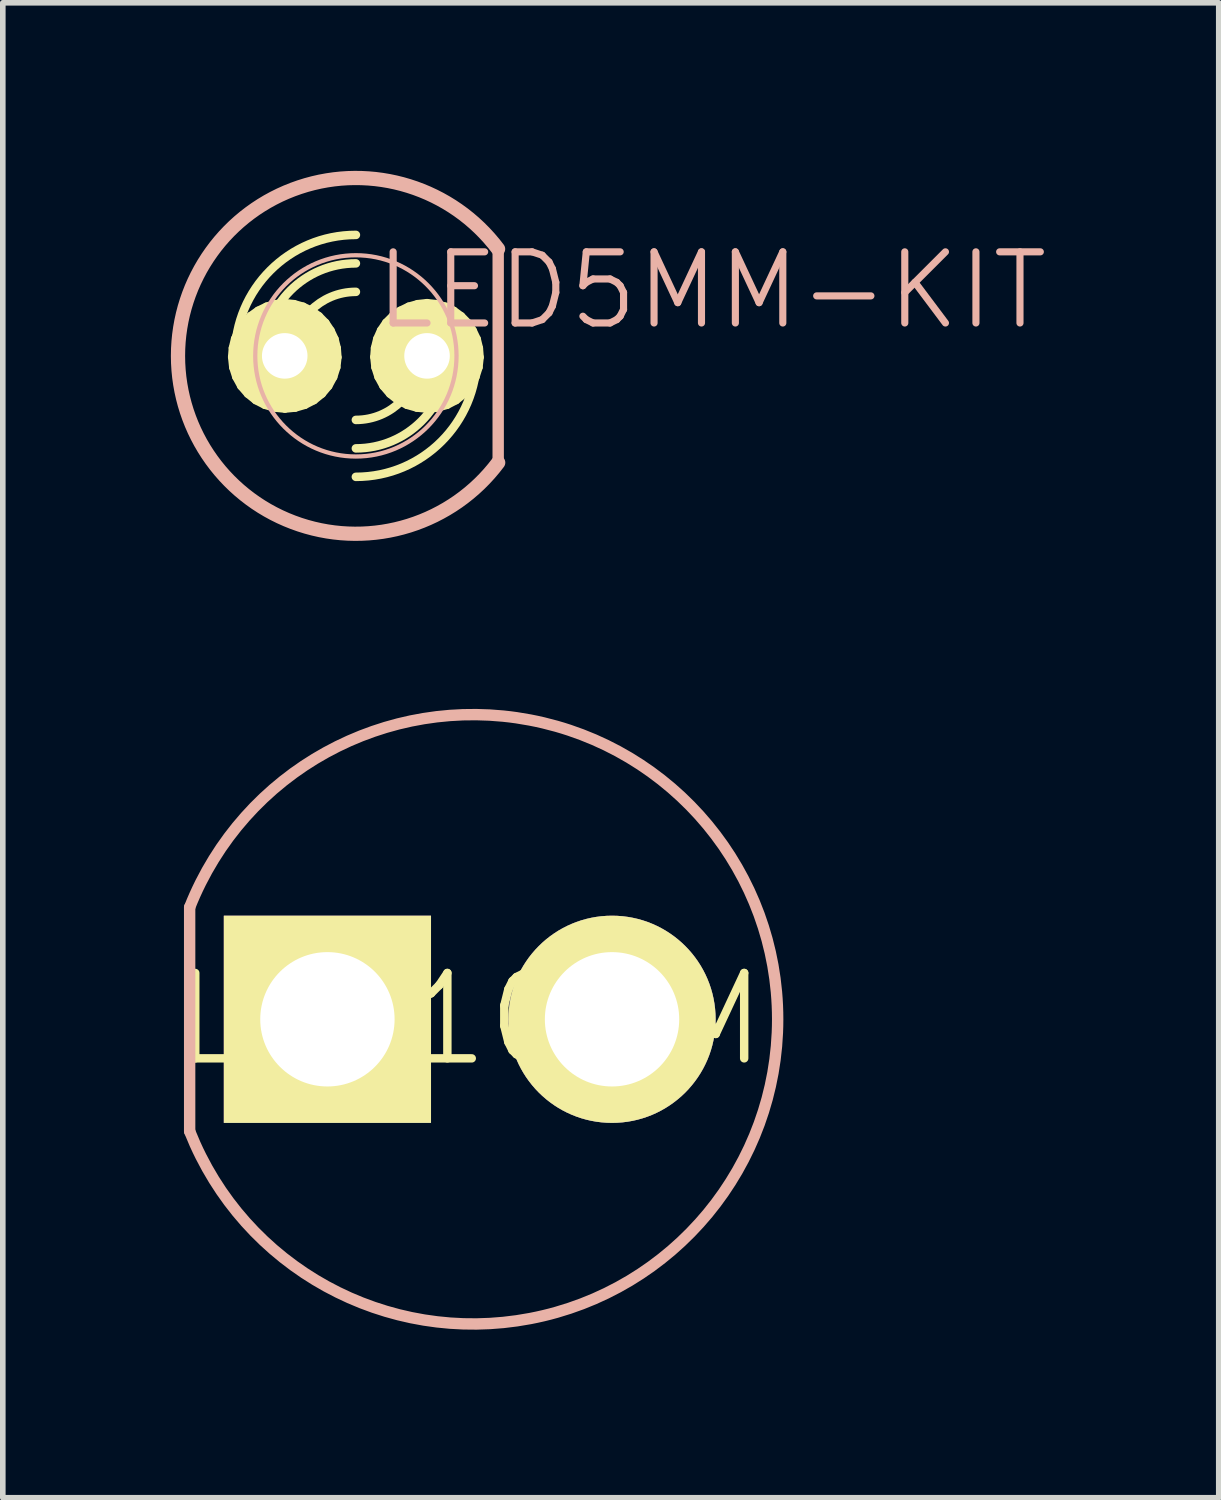
<source format=kicad_pcb>
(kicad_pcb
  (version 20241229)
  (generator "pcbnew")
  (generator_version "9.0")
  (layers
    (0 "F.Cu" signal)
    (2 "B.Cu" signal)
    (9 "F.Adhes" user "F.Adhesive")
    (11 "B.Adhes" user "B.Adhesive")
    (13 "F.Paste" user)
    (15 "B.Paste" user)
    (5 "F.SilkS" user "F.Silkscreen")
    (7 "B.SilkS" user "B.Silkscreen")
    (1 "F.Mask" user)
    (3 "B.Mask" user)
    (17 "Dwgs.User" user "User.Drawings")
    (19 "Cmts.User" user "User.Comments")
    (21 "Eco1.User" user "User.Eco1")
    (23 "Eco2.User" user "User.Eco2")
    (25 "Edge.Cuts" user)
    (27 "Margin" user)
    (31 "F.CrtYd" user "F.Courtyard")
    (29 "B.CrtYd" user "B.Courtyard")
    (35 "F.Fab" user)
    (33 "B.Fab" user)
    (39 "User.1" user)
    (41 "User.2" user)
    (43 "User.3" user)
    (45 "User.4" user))
  (footprint "LED10MM"
    (layer "F.Cu")
    (at 5.334 15.143)
    (property "Reference" "LED10MM" (at 0 0 0) (layer "F.SilkS") (effects (font (size 1.524 1.524) (thickness 0.15))))
    (attr exclude_from_pos_files exclude_from_bom)
    (fp_line (start -4.999 -1.999) (end -4.999 1.999) (stroke (width 0.203) (type solid)) (layer "B.SilkS"))
    (fp_arc (start -4.99872 -1.99898) (mid 5.496303 -0.003053) (end -4.996472 2.004657) (stroke (width 0.2032) (type solid)) (layer "B.SilkS"))
    (pad "A" thru_hole circle (at 2.54 0) (size 3.698 3.698) (drill 2.398) (layers "*.Cu" "F.Mask" "F.SilkS" "F.Paste"))
    (pad "C" thru_hole rect (at -2.54 0) (size 3.698 3.698) (drill 2.398) (layers "*.Cu" "F.Mask" "F.SilkS" "F.Paste")))
  (footprint "LED5MM-KIT"
    (layer "F.Cu")
    (at 3.302 3.302)
    (property "Reference" "LED5MM-KIT" (at 6.35 -1.168 0) (layer "B.SilkS") (effects (font (size 1.27 1.27) (thickness 0.127))))
    (attr exclude_from_pos_files exclude_from_bom)
    (fp_line (start -2.22 0.02) (end -2.207 -0.142) (stroke (width 0.127) (type solid)) (layer "F.SilkS"))
    (fp_line (start -2.207 -0.142) (end -2.167 -0.307) (stroke (width 0.127) (type solid)) (layer "F.SilkS"))
    (fp_line (start -2.2 0.206) (end -2.22 0.02) (stroke (width 0.127) (type solid)) (layer "F.SilkS"))
    (fp_line (start -2.167 -0.307) (end -2.098 -0.46) (stroke (width 0.127) (type solid)) (layer "F.SilkS"))
    (fp_line (start -2.144 0.381) (end -2.2 0.206) (stroke (width 0.127) (type solid)) (layer "F.SilkS"))
    (fp_line (start -2.098 -0.46) (end -2.004 -0.599) (stroke (width 0.127) (type solid)) (layer "F.SilkS"))
    (fp_line (start -2.055 0.544) (end -2.144 0.381) (stroke (width 0.127) (type solid)) (layer "F.SilkS"))
    (fp_line (start -2.004 -0.599) (end -1.885 -0.719) (stroke (width 0.127) (type solid)) (layer "F.SilkS"))
    (fp_line (start -1.935 0.683) (end -2.055 0.544) (stroke (width 0.127) (type solid)) (layer "F.SilkS"))
    (fp_line (start -1.885 -0.719) (end -1.75 -0.815) (stroke (width 0.127) (type solid)) (layer "F.SilkS"))
    (fp_line (start -1.791 0.8) (end -1.935 0.683) (stroke (width 0.127) (type solid)) (layer "F.SilkS"))
    (fp_line (start -1.75 -0.815) (end -1.598 -0.889) (stroke (width 0.127) (type solid)) (layer "F.SilkS"))
    (fp_line (start -1.714 0.018) (end -1.704 -0.081) (stroke (width 0.127) (type solid)) (layer "F.SilkS"))
    (fp_line (start -1.704 -0.081) (end -1.674 -0.178) (stroke (width 0.127) (type solid)) (layer "F.SilkS"))
    (fp_line (start -1.699 0.114) (end -1.714 0.018) (stroke (width 0.127) (type solid)) (layer "F.SilkS"))
    (fp_line (start -1.674 -0.178) (end -1.621 -0.264) (stroke (width 0.127) (type solid)) (layer "F.SilkS"))
    (fp_line (start -1.666 0.206) (end -1.699 0.114) (stroke (width 0.127) (type solid)) (layer "F.SilkS"))
    (fp_line (start -1.628 0.884) (end -1.791 0.8) (stroke (width 0.127) (type solid)) (layer "F.SilkS"))
    (fp_line (start -1.621 -0.264) (end -1.549 -0.34) (stroke (width 0.127) (type solid)) (layer "F.SilkS"))
    (fp_line (start -1.613 0.287) (end -1.666 0.206) (stroke (width 0.127) (type solid)) (layer "F.SilkS"))
    (fp_line (start -1.598 -0.889) (end -1.435 -0.935) (stroke (width 0.127) (type solid)) (layer "F.SilkS"))
    (fp_line (start -1.549 -0.34) (end -1.466 -0.396) (stroke (width 0.127) (type solid)) (layer "F.SilkS"))
    (fp_line (start -1.542 0.356) (end -1.613 0.287) (stroke (width 0.127) (type solid)) (layer "F.SilkS"))
    (fp_line (start -1.466 -0.396) (end -1.369 -0.432) (stroke (width 0.127) (type solid)) (layer "F.SilkS"))
    (fp_line (start -1.458 0.404) (end -1.542 0.356) (stroke (width 0.127) (type solid)) (layer "F.SilkS"))
    (fp_line (start -1.45 0.935) (end -1.628 0.884) (stroke (width 0.127) (type solid)) (layer "F.SilkS"))
    (fp_line (start -1.435 -0.935) (end -1.27 -0.953) (stroke (width 0.127) (type solid)) (layer "F.SilkS"))
    (fp_line (start -1.369 -0.432) (end -1.27 -0.445) (stroke (width 0.127) (type solid)) (layer "F.SilkS"))
    (fp_line (start -1.367 0.434) (end -1.458 0.404) (stroke (width 0.127) (type solid)) (layer "F.SilkS"))
    (fp_line (start -1.27 -0.953) (end -1.102 -0.935) (stroke (width 0.127) (type solid)) (layer "F.SilkS"))
    (fp_line (start -1.27 -0.445) (end -1.168 -0.432) (stroke (width 0.127) (type solid)) (layer "F.SilkS"))
    (fp_line (start -1.27 0.445) (end -1.367 0.434) (stroke (width 0.127) (type solid)) (layer "F.SilkS"))
    (fp_line (start -1.267 0.953) (end -1.45 0.935) (stroke (width 0.127) (type solid)) (layer "F.SilkS"))
    (fp_line (start -1.171 0.434) (end -1.27 0.445) (stroke (width 0.127) (type solid)) (layer "F.SilkS"))
    (fp_line (start -1.168 -0.432) (end -1.074 -0.399) (stroke (width 0.127) (type solid)) (layer "F.SilkS"))
    (fp_line (start -1.102 -0.935) (end -0.94 -0.889) (stroke (width 0.127) (type solid)) (layer "F.SilkS"))
    (fp_line (start -1.082 0.935) (end -1.267 0.953) (stroke (width 0.127) (type solid)) (layer "F.SilkS"))
    (fp_line (start -1.079 0.401) (end -1.171 0.434) (stroke (width 0.127) (type solid)) (layer "F.SilkS"))
    (fp_line (start -1.074 -0.399) (end -0.991 -0.343) (stroke (width 0.127) (type solid)) (layer "F.SilkS"))
    (fp_line (start -0.996 0.351) (end -1.079 0.401) (stroke (width 0.127) (type solid)) (layer "F.SilkS"))
    (fp_line (start -0.991 -0.343) (end -0.919 -0.272) (stroke (width 0.127) (type solid)) (layer "F.SilkS"))
    (fp_line (start -0.94 -0.889) (end -0.787 -0.815) (stroke (width 0.127) (type solid)) (layer "F.SilkS"))
    (fp_line (start -0.925 0.282) (end -0.996 0.351) (stroke (width 0.127) (type solid)) (layer "F.SilkS"))
    (fp_line (start -0.919 -0.272) (end -0.869 -0.185) (stroke (width 0.127) (type solid)) (layer "F.SilkS"))
    (fp_line (start -0.907 0.884) (end -1.082 0.935) (stroke (width 0.127) (type solid)) (layer "F.SilkS"))
    (fp_line (start -0.871 0.198) (end -0.925 0.282) (stroke (width 0.127) (type solid)) (layer "F.SilkS"))
    (fp_line (start -0.869 -0.185) (end -0.836 -0.089) (stroke (width 0.127) (type solid)) (layer "F.SilkS"))
    (fp_line (start -0.838 0.107) (end -0.871 0.198) (stroke (width 0.127) (type solid)) (layer "F.SilkS"))
    (fp_line (start -0.836 -0.089) (end -0.828 0.008) (stroke (width 0.127) (type solid)) (layer "F.SilkS"))
    (fp_line (start -0.828 0.008) (end -0.838 0.107) (stroke (width 0.127) (type solid)) (layer "F.SilkS"))
    (fp_line (start -0.787 -0.815) (end -0.653 -0.716) (stroke (width 0.127) (type solid)) (layer "F.SilkS"))
    (fp_line (start -0.744 0.8) (end -0.907 0.884) (stroke (width 0.127) (type solid)) (layer "F.SilkS"))
    (fp_line (start -0.653 -0.716) (end -0.536 -0.597) (stroke (width 0.127) (type solid)) (layer "F.SilkS"))
    (fp_line (start -0.599 0.683) (end -0.744 0.8) (stroke (width 0.127) (type solid)) (layer "F.SilkS"))
    (fp_line (start -0.536 -0.597) (end -0.442 -0.457) (stroke (width 0.127) (type solid)) (layer "F.SilkS"))
    (fp_line (start -0.483 0.544) (end -0.599 0.683) (stroke (width 0.127) (type solid)) (layer "F.SilkS"))
    (fp_line (start -0.442 -0.457) (end -0.371 -0.305) (stroke (width 0.127) (type solid)) (layer "F.SilkS"))
    (fp_line (start -0.394 0.381) (end -0.483 0.544) (stroke (width 0.127) (type solid)) (layer "F.SilkS"))
    (fp_line (start -0.371 -0.305) (end -0.33 -0.14) (stroke (width 0.127) (type solid)) (layer "F.SilkS"))
    (fp_line (start -0.338 0.206) (end -0.394 0.381) (stroke (width 0.127) (type solid)) (layer "F.SilkS"))
    (fp_line (start -0.33 -0.14) (end -0.318 0.025) (stroke (width 0.127) (type solid)) (layer "F.SilkS"))
    (fp_line (start -0.318 0.025) (end -0.338 0.206) (stroke (width 0.127) (type solid)) (layer "F.SilkS"))
    (fp_line (start 0.318 0.02) (end 0.33 -0.142) (stroke (width 0.127) (type solid)) (layer "F.SilkS"))
    (fp_line (start 0.33 -0.142) (end 0.371 -0.307) (stroke (width 0.127) (type solid)) (layer "F.SilkS"))
    (fp_line (start 0.338 0.206) (end 0.318 0.02) (stroke (width 0.127) (type solid)) (layer "F.SilkS"))
    (fp_line (start 0.371 -0.307) (end 0.439 -0.46) (stroke (width 0.127) (type solid)) (layer "F.SilkS"))
    (fp_line (start 0.394 0.381) (end 0.338 0.206) (stroke (width 0.127) (type solid)) (layer "F.SilkS"))
    (fp_line (start 0.439 -0.46) (end 0.533 -0.599) (stroke (width 0.127) (type solid)) (layer "F.SilkS"))
    (fp_line (start 0.483 0.544) (end 0.394 0.381) (stroke (width 0.127) (type solid)) (layer "F.SilkS"))
    (fp_line (start 0.533 -0.599) (end 0.653 -0.719) (stroke (width 0.127) (type solid)) (layer "F.SilkS"))
    (fp_line (start 0.602 0.683) (end 0.483 0.544) (stroke (width 0.127) (type solid)) (layer "F.SilkS"))
    (fp_line (start 0.653 -0.719) (end 0.787 -0.815) (stroke (width 0.127) (type solid)) (layer "F.SilkS"))
    (fp_line (start 0.747 0.8) (end 0.602 0.683) (stroke (width 0.127) (type solid)) (layer "F.SilkS"))
    (fp_line (start 0.787 -0.815) (end 0.94 -0.889) (stroke (width 0.127) (type solid)) (layer "F.SilkS"))
    (fp_line (start 0.826 0.018) (end 0.833 -0.081) (stroke (width 0.127) (type solid)) (layer "F.SilkS"))
    (fp_line (start 0.833 -0.081) (end 0.864 -0.178) (stroke (width 0.127) (type solid)) (layer "F.SilkS"))
    (fp_line (start 0.838 0.114) (end 0.826 0.018) (stroke (width 0.127) (type solid)) (layer "F.SilkS"))
    (fp_line (start 0.864 -0.178) (end 0.917 -0.264) (stroke (width 0.127) (type solid)) (layer "F.SilkS"))
    (fp_line (start 0.871 0.206) (end 0.838 0.114) (stroke (width 0.127) (type solid)) (layer "F.SilkS"))
    (fp_line (start 0.909 0.884) (end 0.747 0.8) (stroke (width 0.127) (type solid)) (layer "F.SilkS"))
    (fp_line (start 0.917 -0.264) (end 0.988 -0.34) (stroke (width 0.127) (type solid)) (layer "F.SilkS"))
    (fp_line (start 0.925 0.287) (end 0.871 0.206) (stroke (width 0.127) (type solid)) (layer "F.SilkS"))
    (fp_line (start 0.94 -0.889) (end 1.102 -0.935) (stroke (width 0.127) (type solid)) (layer "F.SilkS"))
    (fp_line (start 0.988 -0.34) (end 1.072 -0.396) (stroke (width 0.127) (type solid)) (layer "F.SilkS"))
    (fp_line (start 0.996 0.356) (end 0.925 0.287) (stroke (width 0.127) (type solid)) (layer "F.SilkS"))
    (fp_line (start 1.072 -0.396) (end 1.168 -0.432) (stroke (width 0.127) (type solid)) (layer "F.SilkS"))
    (fp_line (start 1.079 0.404) (end 0.996 0.356) (stroke (width 0.127) (type solid)) (layer "F.SilkS"))
    (fp_line (start 1.087 0.935) (end 0.909 0.884) (stroke (width 0.127) (type solid)) (layer "F.SilkS"))
    (fp_line (start 1.102 -0.935) (end 1.27 -0.953) (stroke (width 0.127) (type solid)) (layer "F.SilkS"))
    (fp_line (start 1.168 -0.432) (end 1.27 -0.445) (stroke (width 0.127) (type solid)) (layer "F.SilkS"))
    (fp_line (start 1.171 0.434) (end 1.079 0.404) (stroke (width 0.127) (type solid)) (layer "F.SilkS"))
    (fp_line (start 1.27 -0.953) (end 1.435 -0.935) (stroke (width 0.127) (type solid)) (layer "F.SilkS"))
    (fp_line (start 1.27 -0.445) (end 1.369 -0.432) (stroke (width 0.127) (type solid)) (layer "F.SilkS"))
    (fp_line (start 1.27 0.445) (end 1.171 0.434) (stroke (width 0.127) (type solid)) (layer "F.SilkS"))
    (fp_line (start 1.27 0.953) (end 1.087 0.935) (stroke (width 0.127) (type solid)) (layer "F.SilkS"))
    (fp_line (start 1.367 0.434) (end 1.27 0.445) (stroke (width 0.127) (type solid)) (layer "F.SilkS"))
    (fp_line (start 1.369 -0.432) (end 1.463 -0.399) (stroke (width 0.127) (type solid)) (layer "F.SilkS"))
    (fp_line (start 1.435 -0.935) (end 1.598 -0.889) (stroke (width 0.127) (type solid)) (layer "F.SilkS"))
    (fp_line (start 1.455 0.935) (end 1.27 0.953) (stroke (width 0.127) (type solid)) (layer "F.SilkS"))
    (fp_line (start 1.458 0.401) (end 1.367 0.434) (stroke (width 0.127) (type solid)) (layer "F.SilkS"))
    (fp_line (start 1.463 -0.399) (end 1.547 -0.343) (stroke (width 0.127) (type solid)) (layer "F.SilkS"))
    (fp_line (start 1.542 0.351) (end 1.458 0.401) (stroke (width 0.127) (type solid)) (layer "F.SilkS"))
    (fp_line (start 1.547 -0.343) (end 1.618 -0.272) (stroke (width 0.127) (type solid)) (layer "F.SilkS"))
    (fp_line (start 1.598 -0.889) (end 1.75 -0.815) (stroke (width 0.127) (type solid)) (layer "F.SilkS"))
    (fp_line (start 1.613 0.282) (end 1.542 0.351) (stroke (width 0.127) (type solid)) (layer "F.SilkS"))
    (fp_line (start 1.618 -0.272) (end 1.669 -0.185) (stroke (width 0.127) (type solid)) (layer "F.SilkS"))
    (fp_line (start 1.631 0.884) (end 1.455 0.935) (stroke (width 0.127) (type solid)) (layer "F.SilkS"))
    (fp_line (start 1.666 0.198) (end 1.613 0.282) (stroke (width 0.127) (type solid)) (layer "F.SilkS"))
    (fp_line (start 1.669 -0.185) (end 1.702 -0.089) (stroke (width 0.127) (type solid)) (layer "F.SilkS"))
    (fp_line (start 1.699 0.107) (end 1.666 0.198) (stroke (width 0.127) (type solid)) (layer "F.SilkS"))
    (fp_line (start 1.702 -0.089) (end 1.709 0.008) (stroke (width 0.127) (type solid)) (layer "F.SilkS"))
    (fp_line (start 1.709 0.008) (end 1.699 0.107) (stroke (width 0.127) (type solid)) (layer "F.SilkS"))
    (fp_line (start 1.75 -0.815) (end 1.885 -0.716) (stroke (width 0.127) (type solid)) (layer "F.SilkS"))
    (fp_line (start 1.793 0.8) (end 1.631 0.884) (stroke (width 0.127) (type solid)) (layer "F.SilkS"))
    (fp_line (start 1.885 -0.716) (end 2.002 -0.597) (stroke (width 0.127) (type solid)) (layer "F.SilkS"))
    (fp_line (start 1.938 0.683) (end 1.793 0.8) (stroke (width 0.127) (type solid)) (layer "F.SilkS"))
    (fp_line (start 2.002 -0.597) (end 2.095 -0.457) (stroke (width 0.127) (type solid)) (layer "F.SilkS"))
    (fp_line (start 2.055 0.544) (end 1.938 0.683) (stroke (width 0.127) (type solid)) (layer "F.SilkS"))
    (fp_line (start 2.095 -0.457) (end 2.167 -0.305) (stroke (width 0.127) (type solid)) (layer "F.SilkS"))
    (fp_line (start 2.144 0.381) (end 2.055 0.544) (stroke (width 0.127) (type solid)) (layer "F.SilkS"))
    (fp_line (start 2.167 -0.305) (end 2.207 -0.14) (stroke (width 0.127) (type solid)) (layer "F.SilkS"))
    (fp_line (start 2.2 0.206) (end 2.144 0.381) (stroke (width 0.127) (type solid)) (layer "F.SilkS"))
    (fp_line (start 2.207 -0.14) (end 2.22 0.025) (stroke (width 0.127) (type solid)) (layer "F.SilkS"))
    (fp_line (start 2.22 0.025) (end 2.2 0.206) (stroke (width 0.127) (type solid)) (layer "F.SilkS"))
    (fp_arc (start -2.159 0) (mid -1.526644 -1.526644) (end 0 -2.159) (stroke (width 0.1524) (type solid)) (layer "F.SilkS"))
    (fp_arc (start -1.651 0) (mid -1.167433 -1.167433) (end 0 -1.651) (stroke (width 0.1524) (type solid)) (layer "F.SilkS"))
    (fp_arc (start -1.143 0) (mid -0.808223 -0.808223) (end 0 -1.143) (stroke (width 0.1524) (type solid)) (layer "F.SilkS"))
    (fp_arc (start 1.143 0) (mid 0.808223 0.808223) (end 0 1.143) (stroke (width 0.1524) (type solid)) (layer "F.SilkS"))
    (fp_arc (start 1.651 0) (mid 1.167433 1.167433) (end 0 1.651) (stroke (width 0.1524) (type solid)) (layer "F.SilkS"))
    (fp_arc (start 2.159 0) (mid 1.526644 1.526644) (end 0 2.159) (stroke (width 0.1524) (type solid)) (layer "F.SilkS"))
    (fp_line (start 2.54 1.905) (end 2.54 -1.905) (stroke (width 0.203) (type solid)) (layer "B.SilkS"))
    (fp_arc (start 2.54 1.905) (mid -3.175 0.001668) (end 2.537997 -1.907668) (stroke (width 0.254) (type solid)) (layer "B.SilkS"))
    (fp_circle (center 0 0) (end -1.27 1.27) (stroke (width 0.076) (type solid)) (fill no) (layer "B.SilkS"))
    (pad "A" thru_hole circle (at -1.27 0) (size 1.88 1.88) (drill 0.813) (layers "*.Cu" "F.Mask" "F.SilkS" "F.Paste"))
    (pad "K" thru_hole circle (at 1.27 0) (size 1.88 1.88) (drill 0.813) (layers "*.Cu" "F.Mask" "F.SilkS" "F.Paste")))
  (gr_rect
    (start -3 -3)
    (end 18.703 23.683)
    (stroke (width 0.1) (type default))
    (fill no)
    (layer "Edge.Cuts")))
</source>
